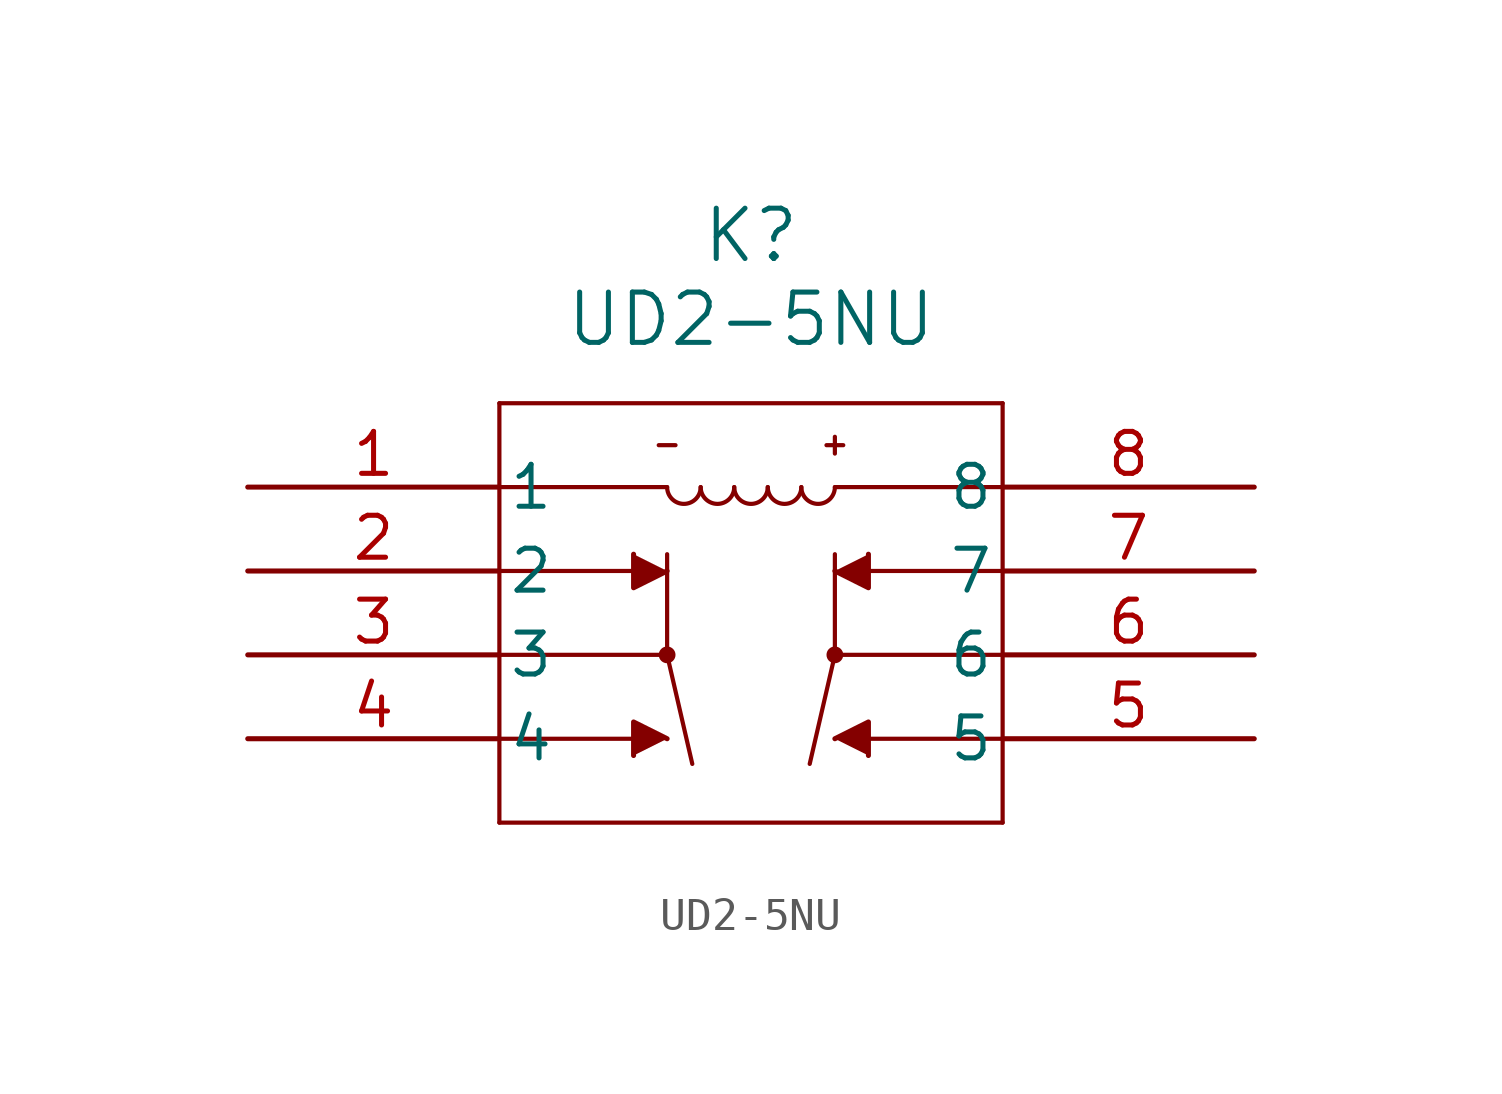
<source format=kicad_sym>
(kicad_symbol_lib
  (version 20211014)
  (generator kicad_symbol_editor)
  (symbol "UD2-5NU"
    (pin_names
      (offset 0.254))
    (property "Reference" "K"
      (at 15.24 7.62 0)
      (effects (font (size 1.524 1.524))))
    (property "Value" "UD2-5NU"
      (at 15.24 5.08 0)
      (effects (font (size 1.524 1.524))))
    (symbol "UD2-5NU_0_1"
      (polyline (pts (xy 7.62 -10.16) (xy 22.86 -10.16)) (stroke (width 0.127) (type default) (color 0 0 0 0)) (fill (type none)))
      (polyline (pts (xy 22.86 2.54) (xy 7.62 2.54)) (stroke (width 0.127) (type default) (color 0 0 0 0)) (fill (type none)))
      (polyline (pts (xy 7.62 2.54) (xy 7.62 -10.16)) (stroke (width 0.127) (type default) (color 0 0 0 0)) (fill (type none)))
      (polyline (pts (xy 22.86 -10.16) (xy 22.86 2.54)) (stroke (width 0.127) (type default) (color 0 0 0 0)) (fill (type none)))
      (polyline (pts (xy 7.62 0) (xy 12.7 0)) (stroke (width 0.127) (type default) (color 0 0 0 0)) (fill (type none)))
      (polyline (pts (xy 17.78 0) (xy 22.86 0)) (stroke (width 0.127) (type default) (color 0 0 0 0)) (fill (type none)))
      (polyline (pts (xy 7.62 -5.08) (xy 12.7 -5.08)) (stroke (width 0.127) (type default) (color 0 0 0 0)) (fill (type none)))
      (polyline (pts (xy 7.62 -2.54) (xy 12.192 -2.54)) (stroke (width 0.127) (type default) (color 0 0 0 0)) (fill (type none)))
      (polyline (pts (xy 7.62 -7.62) (xy 12.192 -7.62)) (stroke (width 0.127) (type default) (color 0 0 0 0)) (fill (type none)))
      (polyline (pts (xy 12.7 -5.08) (xy 12.7 -2.032)) (stroke (width 0.127) (type default) (color 0 0 0 0)) (fill (type none)))
      (polyline (pts (xy 12.7 -5.08) (xy 13.462 -8.382)) (stroke (width 0.127) (type default) (color 0 0 0 0)) (fill (type none)))
      (circle (center 12.7 -5.08) (radius 0.127) (stroke (width 0.254) (type default) (color 0 0 0 0)) (fill (type none)))
      (arc (start 12.7 0) (mid 13.208 -0.508) (end 13.716 0) (stroke (width 0.127) (type default) (color 0 0 0 0)) (fill (type none)))
      (arc (start 13.716 0) (mid 14.224 -0.508) (end 14.732 0) (stroke (width 0.127) (type default) (color 0 0 0 0)) (fill (type none)))
      (arc (start 14.732 0) (mid 15.24 -0.508) (end 15.748 0) (stroke (width 0.127) (type default) (color 0 0 0 0)) (fill (type none)))
      (arc (start 15.748 0) (mid 16.256 -0.508) (end 16.764 0) (stroke (width 0.127) (type default) (color 0 0 0 0)) (fill (type none)))
      (arc (start 16.764 0) (mid 17.272 -0.508) (end 17.78 0) (stroke (width 0.127) (type default) (color 0 0 0 0)) (fill (type none)))
      (polyline (pts (xy 22.86 -5.08) (xy 17.78 -5.08)) (stroke (width 0.127) (type default) (color 0 0 0 0)) (fill (type none)))
      (polyline (pts (xy 22.86 -2.54) (xy 18.288 -2.54)) (stroke (width 0.127) (type default) (color 0 0 0 0)) (fill (type none)))
      (polyline (pts (xy 22.86 -7.62) (xy 18.288 -7.62)) (stroke (width 0.127) (type default) (color 0 0 0 0)) (fill (type none)))
      (polyline (pts (xy 17.78 -5.08) (xy 17.78 -2.032)) (stroke (width 0.127) (type default) (color 0 0 0 0)) (fill (type none)))
      (polyline (pts (xy 17.78 -5.08) (xy 17.018 -8.382)) (stroke (width 0.127) (type default) (color 0 0 0 0)) (fill (type none)))
      (circle (center 17.78 -5.08) (radius 0.127) (stroke (width 0.254) (type default) (color 0 0 0 0)) (fill (type none)))
      (polyline (pts (xy 12.7 -2.54) (xy 11.684 -3.048) (xy 11.684 -2.032)) (stroke (width 0) (type default) (color 0 0 0 0)) (fill (type outline)))
      (polyline (pts (xy 12.7 -7.62) (xy 11.684 -7.112) (xy 11.684 -8.128)) (stroke (width 0) (type default) (color 0 0 0 0)) (fill (type outline)))
      (polyline (pts (xy 17.78 -2.54) (xy 18.796 -3.048) (xy 18.796 -2.032)) (stroke (width 0) (type default) (color 0 0 0 0)) (fill (type outline)))
      (polyline (pts (xy 17.78 -7.62) (xy 18.796 -7.112) (xy 18.796 -8.128)) (stroke (width 0) (type default) (color 0 0 0 0)) (fill (type outline)))
      (polyline (pts (xy 17.526 1.27) (xy 18.034 1.27)) (stroke (width 0.127) (type default) (color 0 0 0 0)) (fill (type none)))
      (polyline (pts (xy 12.446 1.27) (xy 12.954 1.27)) (stroke (width 0.127) (type default) (color 0 0 0 0)) (fill (type none)))
      (polyline (pts (xy 17.78 1.524) (xy 17.78 1.016)) (stroke (width 0.127) (type default) (color 0 0 0 0)) (fill (type none)))
      (pin unspecified line (at 0 0 0) (length 7.62) (name "1" (effects (font (size 1.27 1.27)))) (number "1" (effects (font (size 1.27 1.27)))))
      (pin unspecified line (at 0 -2.54 0) (length 7.62) (name "2" (effects (font (size 1.27 1.27)))) (number "2" (effects (font (size 1.27 1.27)))))
      (pin unspecified line (at 0 -5.08 0) (length 7.62) (name "3" (effects (font (size 1.27 1.27)))) (number "3" (effects (font (size 1.27 1.27)))))
      (pin unspecified line (at 0 -7.62 0) (length 7.62) (name "4" (effects (font (size 1.27 1.27)))) (number "4" (effects (font (size 1.27 1.27)))))
      (pin unspecified line (at 30.48 -7.62 180) (length 7.62) (name "5" (effects (font (size 1.27 1.27)))) (number "5" (effects (font (size 1.27 1.27)))))
      (pin unspecified line (at 30.48 -5.08 180) (length 7.62) (name "6" (effects (font (size 1.27 1.27)))) (number "6" (effects (font (size 1.27 1.27)))))
      (pin unspecified line (at 30.48 -2.54 180) (length 7.62) (name "7" (effects (font (size 1.27 1.27)))) (number "7" (effects (font (size 1.27 1.27)))))
      (pin unspecified line (at 30.48 0 180) (length 7.62) (name "8" (effects (font (size 1.27 1.27)))) (number "8" (effects (font (size 1.27 1.27))))))))
</source>
